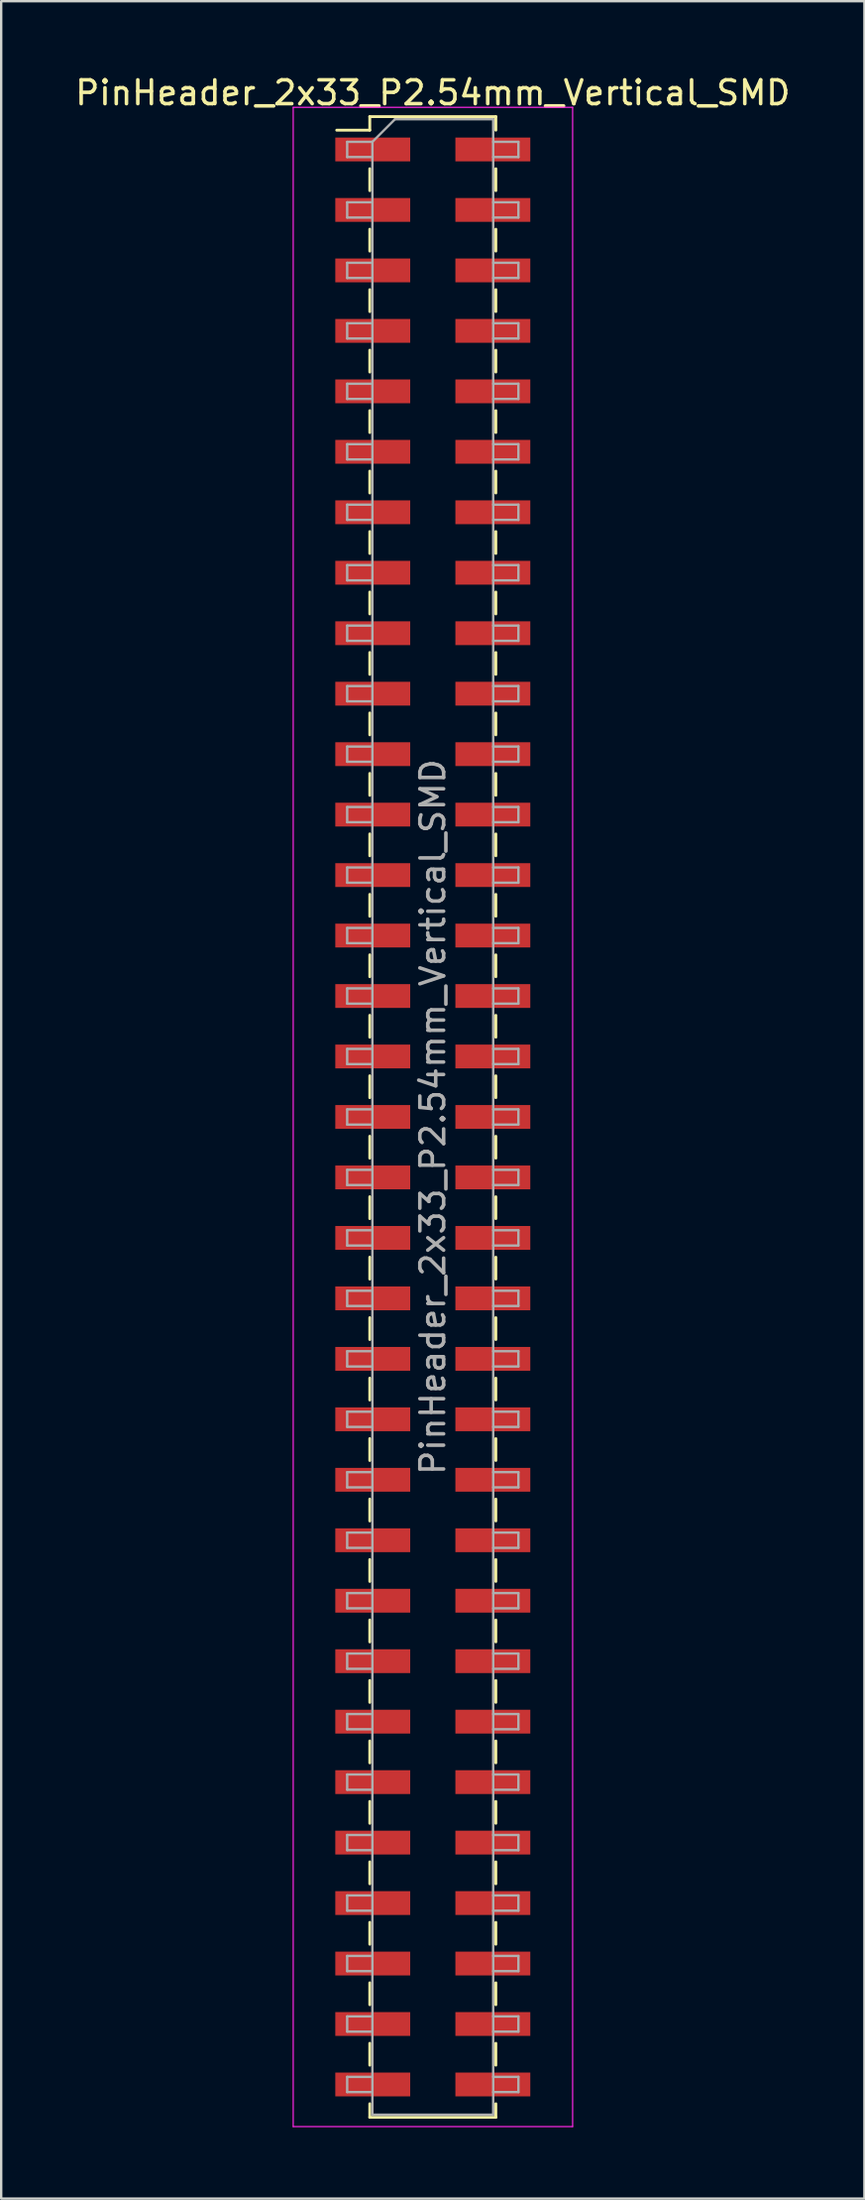
<source format=kicad_pcb>
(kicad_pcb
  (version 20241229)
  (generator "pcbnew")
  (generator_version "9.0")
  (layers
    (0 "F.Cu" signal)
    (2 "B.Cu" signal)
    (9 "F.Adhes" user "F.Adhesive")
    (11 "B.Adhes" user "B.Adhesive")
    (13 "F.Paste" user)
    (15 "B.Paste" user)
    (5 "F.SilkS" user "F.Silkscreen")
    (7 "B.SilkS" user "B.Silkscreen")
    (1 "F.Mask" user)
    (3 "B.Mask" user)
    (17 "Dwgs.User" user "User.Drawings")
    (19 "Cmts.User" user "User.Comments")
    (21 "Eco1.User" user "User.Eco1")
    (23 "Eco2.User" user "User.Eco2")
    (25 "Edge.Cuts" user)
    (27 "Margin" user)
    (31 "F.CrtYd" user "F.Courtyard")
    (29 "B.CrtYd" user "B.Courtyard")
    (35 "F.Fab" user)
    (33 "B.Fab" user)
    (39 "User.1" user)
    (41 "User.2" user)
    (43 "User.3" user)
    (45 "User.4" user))
  (footprint "PinHeader_2x33_P2.54mm_Vertical_SMD"
    (layer "F.Cu")
    (at 15.149 43.868)
    (property "Reference" "PinHeader_2x33_P2.54mm_Vertical_SMD" (at 0 -43.02 0) (layer "F.SilkS") (effects (font (size 1 1) (thickness 0.15))))
    (attr smd)
    (fp_line (start -4.04 -41.45) (end -2.65 -41.45) (stroke (width 0.12) (type solid)) (layer "F.SilkS"))
    (fp_line (start -2.65 -42.02) (end -2.65 -41.45) (stroke (width 0.12) (type solid)) (layer "F.SilkS"))
    (fp_line (start -2.65 -42.02) (end 2.65 -42.02) (stroke (width 0.12) (type solid)) (layer "F.SilkS"))
    (fp_line (start -2.65 -39.83) (end -2.65 -38.91) (stroke (width 0.12) (type solid)) (layer "F.SilkS"))
    (fp_line (start -2.65 -37.29) (end -2.65 -36.37) (stroke (width 0.12) (type solid)) (layer "F.SilkS"))
    (fp_line (start -2.65 -34.75) (end -2.65 -33.83) (stroke (width 0.12) (type solid)) (layer "F.SilkS"))
    (fp_line (start -2.65 -32.21) (end -2.65 -31.29) (stroke (width 0.12) (type solid)) (layer "F.SilkS"))
    (fp_line (start -2.65 -29.67) (end -2.65 -28.75) (stroke (width 0.12) (type solid)) (layer "F.SilkS"))
    (fp_line (start -2.65 -27.13) (end -2.65 -26.21) (stroke (width 0.12) (type solid)) (layer "F.SilkS"))
    (fp_line (start -2.65 -24.59) (end -2.65 -23.67) (stroke (width 0.12) (type solid)) (layer "F.SilkS"))
    (fp_line (start -2.65 -22.05) (end -2.65 -21.13) (stroke (width 0.12) (type solid)) (layer "F.SilkS"))
    (fp_line (start -2.65 -19.51) (end -2.65 -18.59) (stroke (width 0.12) (type solid)) (layer "F.SilkS"))
    (fp_line (start -2.65 -16.97) (end -2.65 -16.05) (stroke (width 0.12) (type solid)) (layer "F.SilkS"))
    (fp_line (start -2.65 -14.43) (end -2.65 -13.51) (stroke (width 0.12) (type solid)) (layer "F.SilkS"))
    (fp_line (start -2.65 -11.89) (end -2.65 -10.97) (stroke (width 0.12) (type solid)) (layer "F.SilkS"))
    (fp_line (start -2.65 -9.35) (end -2.65 -8.43) (stroke (width 0.12) (type solid)) (layer "F.SilkS"))
    (fp_line (start -2.65 -6.81) (end -2.65 -5.89) (stroke (width 0.12) (type solid)) (layer "F.SilkS"))
    (fp_line (start -2.65 -4.27) (end -2.65 -3.35) (stroke (width 0.12) (type solid)) (layer "F.SilkS"))
    (fp_line (start -2.65 -1.73) (end -2.65 -0.81) (stroke (width 0.12) (type solid)) (layer "F.SilkS"))
    (fp_line (start -2.65 0.81) (end -2.65 1.73) (stroke (width 0.12) (type solid)) (layer "F.SilkS"))
    (fp_line (start -2.65 3.35) (end -2.65 4.27) (stroke (width 0.12) (type solid)) (layer "F.SilkS"))
    (fp_line (start -2.65 5.89) (end -2.65 6.81) (stroke (width 0.12) (type solid)) (layer "F.SilkS"))
    (fp_line (start -2.65 8.43) (end -2.65 9.35) (stroke (width 0.12) (type solid)) (layer "F.SilkS"))
    (fp_line (start -2.65 10.97) (end -2.65 11.89) (stroke (width 0.12) (type solid)) (layer "F.SilkS"))
    (fp_line (start -2.65 13.51) (end -2.65 14.43) (stroke (width 0.12) (type solid)) (layer "F.SilkS"))
    (fp_line (start -2.65 16.05) (end -2.65 16.97) (stroke (width 0.12) (type solid)) (layer "F.SilkS"))
    (fp_line (start -2.65 18.59) (end -2.65 19.51) (stroke (width 0.12) (type solid)) (layer "F.SilkS"))
    (fp_line (start -2.65 21.13) (end -2.65 22.05) (stroke (width 0.12) (type solid)) (layer "F.SilkS"))
    (fp_line (start -2.65 23.67) (end -2.65 24.59) (stroke (width 0.12) (type solid)) (layer "F.SilkS"))
    (fp_line (start -2.65 26.21) (end -2.65 27.13) (stroke (width 0.12) (type solid)) (layer "F.SilkS"))
    (fp_line (start -2.65 28.75) (end -2.65 29.67) (stroke (width 0.12) (type solid)) (layer "F.SilkS"))
    (fp_line (start -2.65 31.29) (end -2.65 32.21) (stroke (width 0.12) (type solid)) (layer "F.SilkS"))
    (fp_line (start -2.65 33.83) (end -2.65 34.75) (stroke (width 0.12) (type solid)) (layer "F.SilkS"))
    (fp_line (start -2.65 36.37) (end -2.65 37.29) (stroke (width 0.12) (type solid)) (layer "F.SilkS"))
    (fp_line (start -2.65 38.91) (end -2.65 39.83) (stroke (width 0.12) (type solid)) (layer "F.SilkS"))
    (fp_line (start -2.65 41.45) (end -2.65 42.02) (stroke (width 0.12) (type solid)) (layer "F.SilkS"))
    (fp_line (start -2.65 42.02) (end 2.65 42.02) (stroke (width 0.12) (type solid)) (layer "F.SilkS"))
    (fp_line (start 2.65 -42.02) (end 2.65 -41.45) (stroke (width 0.12) (type solid)) (layer "F.SilkS"))
    (fp_line (start 2.65 -39.83) (end 2.65 -38.91) (stroke (width 0.12) (type solid)) (layer "F.SilkS"))
    (fp_line (start 2.65 -37.29) (end 2.65 -36.37) (stroke (width 0.12) (type solid)) (layer "F.SilkS"))
    (fp_line (start 2.65 -34.75) (end 2.65 -33.83) (stroke (width 0.12) (type solid)) (layer "F.SilkS"))
    (fp_line (start 2.65 -32.21) (end 2.65 -31.29) (stroke (width 0.12) (type solid)) (layer "F.SilkS"))
    (fp_line (start 2.65 -29.67) (end 2.65 -28.75) (stroke (width 0.12) (type solid)) (layer "F.SilkS"))
    (fp_line (start 2.65 -27.13) (end 2.65 -26.21) (stroke (width 0.12) (type solid)) (layer "F.SilkS"))
    (fp_line (start 2.65 -24.59) (end 2.65 -23.67) (stroke (width 0.12) (type solid)) (layer "F.SilkS"))
    (fp_line (start 2.65 -22.05) (end 2.65 -21.13) (stroke (width 0.12) (type solid)) (layer "F.SilkS"))
    (fp_line (start 2.65 -19.51) (end 2.65 -18.59) (stroke (width 0.12) (type solid)) (layer "F.SilkS"))
    (fp_line (start 2.65 -16.97) (end 2.65 -16.05) (stroke (width 0.12) (type solid)) (layer "F.SilkS"))
    (fp_line (start 2.65 -14.43) (end 2.65 -13.51) (stroke (width 0.12) (type solid)) (layer "F.SilkS"))
    (fp_line (start 2.65 -11.89) (end 2.65 -10.97) (stroke (width 0.12) (type solid)) (layer "F.SilkS"))
    (fp_line (start 2.65 -9.35) (end 2.65 -8.43) (stroke (width 0.12) (type solid)) (layer "F.SilkS"))
    (fp_line (start 2.65 -6.81) (end 2.65 -5.89) (stroke (width 0.12) (type solid)) (layer "F.SilkS"))
    (fp_line (start 2.65 -4.27) (end 2.65 -3.35) (stroke (width 0.12) (type solid)) (layer "F.SilkS"))
    (fp_line (start 2.65 -1.73) (end 2.65 -0.81) (stroke (width 0.12) (type solid)) (layer "F.SilkS"))
    (fp_line (start 2.65 0.81) (end 2.65 1.73) (stroke (width 0.12) (type solid)) (layer "F.SilkS"))
    (fp_line (start 2.65 3.35) (end 2.65 4.27) (stroke (width 0.12) (type solid)) (layer "F.SilkS"))
    (fp_line (start 2.65 5.89) (end 2.65 6.81) (stroke (width 0.12) (type solid)) (layer "F.SilkS"))
    (fp_line (start 2.65 8.43) (end 2.65 9.35) (stroke (width 0.12) (type solid)) (layer "F.SilkS"))
    (fp_line (start 2.65 10.97) (end 2.65 11.89) (stroke (width 0.12) (type solid)) (layer "F.SilkS"))
    (fp_line (start 2.65 13.51) (end 2.65 14.43) (stroke (width 0.12) (type solid)) (layer "F.SilkS"))
    (fp_line (start 2.65 16.05) (end 2.65 16.97) (stroke (width 0.12) (type solid)) (layer "F.SilkS"))
    (fp_line (start 2.65 18.59) (end 2.65 19.51) (stroke (width 0.12) (type solid)) (layer "F.SilkS"))
    (fp_line (start 2.65 21.13) (end 2.65 22.05) (stroke (width 0.12) (type solid)) (layer "F.SilkS"))
    (fp_line (start 2.65 23.67) (end 2.65 24.59) (stroke (width 0.12) (type solid)) (layer "F.SilkS"))
    (fp_line (start 2.65 26.21) (end 2.65 27.13) (stroke (width 0.12) (type solid)) (layer "F.SilkS"))
    (fp_line (start 2.65 28.75) (end 2.65 29.67) (stroke (width 0.12) (type solid)) (layer "F.SilkS"))
    (fp_line (start 2.65 31.29) (end 2.65 32.21) (stroke (width 0.12) (type solid)) (layer "F.SilkS"))
    (fp_line (start 2.65 33.83) (end 2.65 34.75) (stroke (width 0.12) (type solid)) (layer "F.SilkS"))
    (fp_line (start 2.65 36.37) (end 2.65 37.29) (stroke (width 0.12) (type solid)) (layer "F.SilkS"))
    (fp_line (start 2.65 38.91) (end 2.65 39.83) (stroke (width 0.12) (type solid)) (layer "F.SilkS"))
    (fp_line (start 2.65 41.45) (end 2.65 42.02) (stroke (width 0.12) (type solid)) (layer "F.SilkS"))
    (fp_line (start -5.87 -42.41) (end -5.87 42.41) (stroke (width 0.05) (type solid)) (layer "F.CrtYd"))
    (fp_line (start -5.87 42.41) (end 5.88 42.41) (stroke (width 0.05) (type solid)) (layer "F.CrtYd"))
    (fp_line (start 5.88 -42.41) (end -5.87 -42.41) (stroke (width 0.05) (type solid)) (layer "F.CrtYd"))
    (fp_line (start 5.88 42.41) (end 5.88 -42.41) (stroke (width 0.05) (type solid)) (layer "F.CrtYd"))
    (fp_line (start -3.6 -40.96) (end -3.6 -40.32) (stroke (width 0.1) (type solid)) (layer "F.Fab"))
    (fp_line (start -3.6 -40.32) (end -2.54 -40.32) (stroke (width 0.1) (type solid)) (layer "F.Fab"))
    (fp_line (start -3.6 -38.42) (end -3.6 -37.78) (stroke (width 0.1) (type solid)) (layer "F.Fab"))
    (fp_line (start -3.6 -37.78) (end -2.54 -37.78) (stroke (width 0.1) (type solid)) (layer "F.Fab"))
    (fp_line (start -3.6 -35.88) (end -3.6 -35.24) (stroke (width 0.1) (type solid)) (layer "F.Fab"))
    (fp_line (start -3.6 -35.24) (end -2.54 -35.24) (stroke (width 0.1) (type solid)) (layer "F.Fab"))
    (fp_line (start -3.6 -33.34) (end -3.6 -32.7) (stroke (width 0.1) (type solid)) (layer "F.Fab"))
    (fp_line (start -3.6 -32.7) (end -2.54 -32.7) (stroke (width 0.1) (type solid)) (layer "F.Fab"))
    (fp_line (start -3.6 -30.8) (end -3.6 -30.16) (stroke (width 0.1) (type solid)) (layer "F.Fab"))
    (fp_line (start -3.6 -30.16) (end -2.54 -30.16) (stroke (width 0.1) (type solid)) (layer "F.Fab"))
    (fp_line (start -3.6 -28.26) (end -3.6 -27.62) (stroke (width 0.1) (type solid)) (layer "F.Fab"))
    (fp_line (start -3.6 -27.62) (end -2.54 -27.62) (stroke (width 0.1) (type solid)) (layer "F.Fab"))
    (fp_line (start -3.6 -25.72) (end -3.6 -25.08) (stroke (width 0.1) (type solid)) (layer "F.Fab"))
    (fp_line (start -3.6 -25.08) (end -2.54 -25.08) (stroke (width 0.1) (type solid)) (layer "F.Fab"))
    (fp_line (start -3.6 -23.18) (end -3.6 -22.54) (stroke (width 0.1) (type solid)) (layer "F.Fab"))
    (fp_line (start -3.6 -22.54) (end -2.54 -22.54) (stroke (width 0.1) (type solid)) (layer "F.Fab"))
    (fp_line (start -3.6 -20.64) (end -3.6 -20) (stroke (width 0.1) (type solid)) (layer "F.Fab"))
    (fp_line (start -3.6 -20) (end -2.54 -20) (stroke (width 0.1) (type solid)) (layer "F.Fab"))
    (fp_line (start -3.6 -18.1) (end -3.6 -17.46) (stroke (width 0.1) (type solid)) (layer "F.Fab"))
    (fp_line (start -3.6 -17.46) (end -2.54 -17.46) (stroke (width 0.1) (type solid)) (layer "F.Fab"))
    (fp_line (start -3.6 -15.56) (end -3.6 -14.92) (stroke (width 0.1) (type solid)) (layer "F.Fab"))
    (fp_line (start -3.6 -14.92) (end -2.54 -14.92) (stroke (width 0.1) (type solid)) (layer "F.Fab"))
    (fp_line (start -3.6 -13.02) (end -3.6 -12.38) (stroke (width 0.1) (type solid)) (layer "F.Fab"))
    (fp_line (start -3.6 -12.38) (end -2.54 -12.38) (stroke (width 0.1) (type solid)) (layer "F.Fab"))
    (fp_line (start -3.6 -10.48) (end -3.6 -9.84) (stroke (width 0.1) (type solid)) (layer "F.Fab"))
    (fp_line (start -3.6 -9.84) (end -2.54 -9.84) (stroke (width 0.1) (type solid)) (layer "F.Fab"))
    (fp_line (start -3.6 -7.94) (end -3.6 -7.3) (stroke (width 0.1) (type solid)) (layer "F.Fab"))
    (fp_line (start -3.6 -7.3) (end -2.54 -7.3) (stroke (width 0.1) (type solid)) (layer "F.Fab"))
    (fp_line (start -3.6 -5.4) (end -3.6 -4.76) (stroke (width 0.1) (type solid)) (layer "F.Fab"))
    (fp_line (start -3.6 -4.76) (end -2.54 -4.76) (stroke (width 0.1) (type solid)) (layer "F.Fab"))
    (fp_line (start -3.6 -2.86) (end -3.6 -2.22) (stroke (width 0.1) (type solid)) (layer "F.Fab"))
    (fp_line (start -3.6 -2.22) (end -2.54 -2.22) (stroke (width 0.1) (type solid)) (layer "F.Fab"))
    (fp_line (start -3.6 -0.32) (end -3.6 0.32) (stroke (width 0.1) (type solid)) (layer "F.Fab"))
    (fp_line (start -3.6 0.32) (end -2.54 0.32) (stroke (width 0.1) (type solid)) (layer "F.Fab"))
    (fp_line (start -3.6 2.22) (end -3.6 2.86) (stroke (width 0.1) (type solid)) (layer "F.Fab"))
    (fp_line (start -3.6 2.86) (end -2.54 2.86) (stroke (width 0.1) (type solid)) (layer "F.Fab"))
    (fp_line (start -3.6 4.76) (end -3.6 5.4) (stroke (width 0.1) (type solid)) (layer "F.Fab"))
    (fp_line (start -3.6 5.4) (end -2.54 5.4) (stroke (width 0.1) (type solid)) (layer "F.Fab"))
    (fp_line (start -3.6 7.3) (end -3.6 7.94) (stroke (width 0.1) (type solid)) (layer "F.Fab"))
    (fp_line (start -3.6 7.94) (end -2.54 7.94) (stroke (width 0.1) (type solid)) (layer "F.Fab"))
    (fp_line (start -3.6 9.84) (end -3.6 10.48) (stroke (width 0.1) (type solid)) (layer "F.Fab"))
    (fp_line (start -3.6 10.48) (end -2.54 10.48) (stroke (width 0.1) (type solid)) (layer "F.Fab"))
    (fp_line (start -3.6 12.38) (end -3.6 13.02) (stroke (width 0.1) (type solid)) (layer "F.Fab"))
    (fp_line (start -3.6 13.02) (end -2.54 13.02) (stroke (width 0.1) (type solid)) (layer "F.Fab"))
    (fp_line (start -3.6 14.92) (end -3.6 15.56) (stroke (width 0.1) (type solid)) (layer "F.Fab"))
    (fp_line (start -3.6 15.56) (end -2.54 15.56) (stroke (width 0.1) (type solid)) (layer "F.Fab"))
    (fp_line (start -3.6 17.46) (end -3.6 18.1) (stroke (width 0.1) (type solid)) (layer "F.Fab"))
    (fp_line (start -3.6 18.1) (end -2.54 18.1) (stroke (width 0.1) (type solid)) (layer "F.Fab"))
    (fp_line (start -3.6 20) (end -3.6 20.64) (stroke (width 0.1) (type solid)) (layer "F.Fab"))
    (fp_line (start -3.6 20.64) (end -2.54 20.64) (stroke (width 0.1) (type solid)) (layer "F.Fab"))
    (fp_line (start -3.6 22.54) (end -3.6 23.18) (stroke (width 0.1) (type solid)) (layer "F.Fab"))
    (fp_line (start -3.6 23.18) (end -2.54 23.18) (stroke (width 0.1) (type solid)) (layer "F.Fab"))
    (fp_line (start -3.6 25.08) (end -3.6 25.72) (stroke (width 0.1) (type solid)) (layer "F.Fab"))
    (fp_line (start -3.6 25.72) (end -2.54 25.72) (stroke (width 0.1) (type solid)) (layer "F.Fab"))
    (fp_line (start -3.6 27.62) (end -3.6 28.26) (stroke (width 0.1) (type solid)) (layer "F.Fab"))
    (fp_line (start -3.6 28.26) (end -2.54 28.26) (stroke (width 0.1) (type solid)) (layer "F.Fab"))
    (fp_line (start -3.6 30.16) (end -3.6 30.8) (stroke (width 0.1) (type solid)) (layer "F.Fab"))
    (fp_line (start -3.6 30.8) (end -2.54 30.8) (stroke (width 0.1) (type solid)) (layer "F.Fab"))
    (fp_line (start -3.6 32.7) (end -3.6 33.34) (stroke (width 0.1) (type solid)) (layer "F.Fab"))
    (fp_line (start -3.6 33.34) (end -2.54 33.34) (stroke (width 0.1) (type solid)) (layer "F.Fab"))
    (fp_line (start -3.6 35.24) (end -3.6 35.88) (stroke (width 0.1) (type solid)) (layer "F.Fab"))
    (fp_line (start -3.6 35.88) (end -2.54 35.88) (stroke (width 0.1) (type solid)) (layer "F.Fab"))
    (fp_line (start -3.6 37.78) (end -3.6 38.42) (stroke (width 0.1) (type solid)) (layer "F.Fab"))
    (fp_line (start -3.6 38.42) (end -2.54 38.42) (stroke (width 0.1) (type solid)) (layer "F.Fab"))
    (fp_line (start -3.6 40.32) (end -3.6 40.96) (stroke (width 0.1) (type solid)) (layer "F.Fab"))
    (fp_line (start -3.6 40.96) (end -2.54 40.96) (stroke (width 0.1) (type solid)) (layer "F.Fab"))
    (fp_line (start -2.54 -40.96) (end -3.6 -40.96) (stroke (width 0.1) (type solid)) (layer "F.Fab"))
    (fp_line (start -2.54 -40.96) (end -1.59 -41.91) (stroke (width 0.1) (type solid)) (layer "F.Fab"))
    (fp_line (start -2.54 -38.42) (end -3.6 -38.42) (stroke (width 0.1) (type solid)) (layer "F.Fab"))
    (fp_line (start -2.54 -35.88) (end -3.6 -35.88) (stroke (width 0.1) (type solid)) (layer "F.Fab"))
    (fp_line (start -2.54 -33.34) (end -3.6 -33.34) (stroke (width 0.1) (type solid)) (layer "F.Fab"))
    (fp_line (start -2.54 -30.8) (end -3.6 -30.8) (stroke (width 0.1) (type solid)) (layer "F.Fab"))
    (fp_line (start -2.54 -28.26) (end -3.6 -28.26) (stroke (width 0.1) (type solid)) (layer "F.Fab"))
    (fp_line (start -2.54 -25.72) (end -3.6 -25.72) (stroke (width 0.1) (type solid)) (layer "F.Fab"))
    (fp_line (start -2.54 -23.18) (end -3.6 -23.18) (stroke (width 0.1) (type solid)) (layer "F.Fab"))
    (fp_line (start -2.54 -20.64) (end -3.6 -20.64) (stroke (width 0.1) (type solid)) (layer "F.Fab"))
    (fp_line (start -2.54 -18.1) (end -3.6 -18.1) (stroke (width 0.1) (type solid)) (layer "F.Fab"))
    (fp_line (start -2.54 -15.56) (end -3.6 -15.56) (stroke (width 0.1) (type solid)) (layer "F.Fab"))
    (fp_line (start -2.54 -13.02) (end -3.6 -13.02) (stroke (width 0.1) (type solid)) (layer "F.Fab"))
    (fp_line (start -2.54 -10.48) (end -3.6 -10.48) (stroke (width 0.1) (type solid)) (layer "F.Fab"))
    (fp_line (start -2.54 -7.94) (end -3.6 -7.94) (stroke (width 0.1) (type solid)) (layer "F.Fab"))
    (fp_line (start -2.54 -5.4) (end -3.6 -5.4) (stroke (width 0.1) (type solid)) (layer "F.Fab"))
    (fp_line (start -2.54 -2.86) (end -3.6 -2.86) (stroke (width 0.1) (type solid)) (layer "F.Fab"))
    (fp_line (start -2.54 -0.32) (end -3.6 -0.32) (stroke (width 0.1) (type solid)) (layer "F.Fab"))
    (fp_line (start -2.54 2.22) (end -3.6 2.22) (stroke (width 0.1) (type solid)) (layer "F.Fab"))
    (fp_line (start -2.54 4.76) (end -3.6 4.76) (stroke (width 0.1) (type solid)) (layer "F.Fab"))
    (fp_line (start -2.54 7.3) (end -3.6 7.3) (stroke (width 0.1) (type solid)) (layer "F.Fab"))
    (fp_line (start -2.54 9.84) (end -3.6 9.84) (stroke (width 0.1) (type solid)) (layer "F.Fab"))
    (fp_line (start -2.54 12.38) (end -3.6 12.38) (stroke (width 0.1) (type solid)) (layer "F.Fab"))
    (fp_line (start -2.54 14.92) (end -3.6 14.92) (stroke (width 0.1) (type solid)) (layer "F.Fab"))
    (fp_line (start -2.54 17.46) (end -3.6 17.46) (stroke (width 0.1) (type solid)) (layer "F.Fab"))
    (fp_line (start -2.54 20) (end -3.6 20) (stroke (width 0.1) (type solid)) (layer "F.Fab"))
    (fp_line (start -2.54 22.54) (end -3.6 22.54) (stroke (width 0.1) (type solid)) (layer "F.Fab"))
    (fp_line (start -2.54 25.08) (end -3.6 25.08) (stroke (width 0.1) (type solid)) (layer "F.Fab"))
    (fp_line (start -2.54 27.62) (end -3.6 27.62) (stroke (width 0.1) (type solid)) (layer "F.Fab"))
    (fp_line (start -2.54 30.16) (end -3.6 30.16) (stroke (width 0.1) (type solid)) (layer "F.Fab"))
    (fp_line (start -2.54 32.7) (end -3.6 32.7) (stroke (width 0.1) (type solid)) (layer "F.Fab"))
    (fp_line (start -2.54 35.24) (end -3.6 35.24) (stroke (width 0.1) (type solid)) (layer "F.Fab"))
    (fp_line (start -2.54 37.78) (end -3.6 37.78) (stroke (width 0.1) (type solid)) (layer "F.Fab"))
    (fp_line (start -2.54 40.32) (end -3.6 40.32) (stroke (width 0.1) (type solid)) (layer "F.Fab"))
    (fp_line (start -2.54 41.91) (end -2.54 -40.96) (stroke (width 0.1) (type solid)) (layer "F.Fab"))
    (fp_line (start -1.59 -41.91) (end 2.54 -41.91) (stroke (width 0.1) (type solid)) (layer "F.Fab"))
    (fp_line (start 2.54 -41.91) (end 2.54 41.91) (stroke (width 0.1) (type solid)) (layer "F.Fab"))
    (fp_line (start 2.54 -40.96) (end 3.6 -40.96) (stroke (width 0.1) (type solid)) (layer "F.Fab"))
    (fp_line (start 2.54 -38.42) (end 3.6 -38.42) (stroke (width 0.1) (type solid)) (layer "F.Fab"))
    (fp_line (start 2.54 -35.88) (end 3.6 -35.88) (stroke (width 0.1) (type solid)) (layer "F.Fab"))
    (fp_line (start 2.54 -33.34) (end 3.6 -33.34) (stroke (width 0.1) (type solid)) (layer "F.Fab"))
    (fp_line (start 2.54 -30.8) (end 3.6 -30.8) (stroke (width 0.1) (type solid)) (layer "F.Fab"))
    (fp_line (start 2.54 -28.26) (end 3.6 -28.26) (stroke (width 0.1) (type solid)) (layer "F.Fab"))
    (fp_line (start 2.54 -25.72) (end 3.6 -25.72) (stroke (width 0.1) (type solid)) (layer "F.Fab"))
    (fp_line (start 2.54 -23.18) (end 3.6 -23.18) (stroke (width 0.1) (type solid)) (layer "F.Fab"))
    (fp_line (start 2.54 -20.64) (end 3.6 -20.64) (stroke (width 0.1) (type solid)) (layer "F.Fab"))
    (fp_line (start 2.54 -18.1) (end 3.6 -18.1) (stroke (width 0.1) (type solid)) (layer "F.Fab"))
    (fp_line (start 2.54 -15.56) (end 3.6 -15.56) (stroke (width 0.1) (type solid)) (layer "F.Fab"))
    (fp_line (start 2.54 -13.02) (end 3.6 -13.02) (stroke (width 0.1) (type solid)) (layer "F.Fab"))
    (fp_line (start 2.54 -10.48) (end 3.6 -10.48) (stroke (width 0.1) (type solid)) (layer "F.Fab"))
    (fp_line (start 2.54 -7.94) (end 3.6 -7.94) (stroke (width 0.1) (type solid)) (layer "F.Fab"))
    (fp_line (start 2.54 -5.4) (end 3.6 -5.4) (stroke (width 0.1) (type solid)) (layer "F.Fab"))
    (fp_line (start 2.54 -2.86) (end 3.6 -2.86) (stroke (width 0.1) (type solid)) (layer "F.Fab"))
    (fp_line (start 2.54 -0.32) (end 3.6 -0.32) (stroke (width 0.1) (type solid)) (layer "F.Fab"))
    (fp_line (start 2.54 2.22) (end 3.6 2.22) (stroke (width 0.1) (type solid)) (layer "F.Fab"))
    (fp_line (start 2.54 4.76) (end 3.6 4.76) (stroke (width 0.1) (type solid)) (layer "F.Fab"))
    (fp_line (start 2.54 7.3) (end 3.6 7.3) (stroke (width 0.1) (type solid)) (layer "F.Fab"))
    (fp_line (start 2.54 9.84) (end 3.6 9.84) (stroke (width 0.1) (type solid)) (layer "F.Fab"))
    (fp_line (start 2.54 12.38) (end 3.6 12.38) (stroke (width 0.1) (type solid)) (layer "F.Fab"))
    (fp_line (start 2.54 14.92) (end 3.6 14.92) (stroke (width 0.1) (type solid)) (layer "F.Fab"))
    (fp_line (start 2.54 17.46) (end 3.6 17.46) (stroke (width 0.1) (type solid)) (layer "F.Fab"))
    (fp_line (start 2.54 20) (end 3.6 20) (stroke (width 0.1) (type solid)) (layer "F.Fab"))
    (fp_line (start 2.54 22.54) (end 3.6 22.54) (stroke (width 0.1) (type solid)) (layer "F.Fab"))
    (fp_line (start 2.54 25.08) (end 3.6 25.08) (stroke (width 0.1) (type solid)) (layer "F.Fab"))
    (fp_line (start 2.54 27.62) (end 3.6 27.62) (stroke (width 0.1) (type solid)) (layer "F.Fab"))
    (fp_line (start 2.54 30.16) (end 3.6 30.16) (stroke (width 0.1) (type solid)) (layer "F.Fab"))
    (fp_line (start 2.54 32.7) (end 3.6 32.7) (stroke (width 0.1) (type solid)) (layer "F.Fab"))
    (fp_line (start 2.54 35.24) (end 3.6 35.24) (stroke (width 0.1) (type solid)) (layer "F.Fab"))
    (fp_line (start 2.54 37.78) (end 3.6 37.78) (stroke (width 0.1) (type solid)) (layer "F.Fab"))
    (fp_line (start 2.54 40.32) (end 3.6 40.32) (stroke (width 0.1) (type solid)) (layer "F.Fab"))
    (fp_line (start 2.54 41.91) (end -2.54 41.91) (stroke (width 0.1) (type solid)) (layer "F.Fab"))
    (fp_line (start 3.6 -40.96) (end 3.6 -40.32) (stroke (width 0.1) (type solid)) (layer "F.Fab"))
    (fp_line (start 3.6 -40.32) (end 2.54 -40.32) (stroke (width 0.1) (type solid)) (layer "F.Fab"))
    (fp_line (start 3.6 -38.42) (end 3.6 -37.78) (stroke (width 0.1) (type solid)) (layer "F.Fab"))
    (fp_line (start 3.6 -37.78) (end 2.54 -37.78) (stroke (width 0.1) (type solid)) (layer "F.Fab"))
    (fp_line (start 3.6 -35.88) (end 3.6 -35.24) (stroke (width 0.1) (type solid)) (layer "F.Fab"))
    (fp_line (start 3.6 -35.24) (end 2.54 -35.24) (stroke (width 0.1) (type solid)) (layer "F.Fab"))
    (fp_line (start 3.6 -33.34) (end 3.6 -32.7) (stroke (width 0.1) (type solid)) (layer "F.Fab"))
    (fp_line (start 3.6 -32.7) (end 2.54 -32.7) (stroke (width 0.1) (type solid)) (layer "F.Fab"))
    (fp_line (start 3.6 -30.8) (end 3.6 -30.16) (stroke (width 0.1) (type solid)) (layer "F.Fab"))
    (fp_line (start 3.6 -30.16) (end 2.54 -30.16) (stroke (width 0.1) (type solid)) (layer "F.Fab"))
    (fp_line (start 3.6 -28.26) (end 3.6 -27.62) (stroke (width 0.1) (type solid)) (layer "F.Fab"))
    (fp_line (start 3.6 -27.62) (end 2.54 -27.62) (stroke (width 0.1) (type solid)) (layer "F.Fab"))
    (fp_line (start 3.6 -25.72) (end 3.6 -25.08) (stroke (width 0.1) (type solid)) (layer "F.Fab"))
    (fp_line (start 3.6 -25.08) (end 2.54 -25.08) (stroke (width 0.1) (type solid)) (layer "F.Fab"))
    (fp_line (start 3.6 -23.18) (end 3.6 -22.54) (stroke (width 0.1) (type solid)) (layer "F.Fab"))
    (fp_line (start 3.6 -22.54) (end 2.54 -22.54) (stroke (width 0.1) (type solid)) (layer "F.Fab"))
    (fp_line (start 3.6 -20.64) (end 3.6 -20) (stroke (width 0.1) (type solid)) (layer "F.Fab"))
    (fp_line (start 3.6 -20) (end 2.54 -20) (stroke (width 0.1) (type solid)) (layer "F.Fab"))
    (fp_line (start 3.6 -18.1) (end 3.6 -17.46) (stroke (width 0.1) (type solid)) (layer "F.Fab"))
    (fp_line (start 3.6 -17.46) (end 2.54 -17.46) (stroke (width 0.1) (type solid)) (layer "F.Fab"))
    (fp_line (start 3.6 -15.56) (end 3.6 -14.92) (stroke (width 0.1) (type solid)) (layer "F.Fab"))
    (fp_line (start 3.6 -14.92) (end 2.54 -14.92) (stroke (width 0.1) (type solid)) (layer "F.Fab"))
    (fp_line (start 3.6 -13.02) (end 3.6 -12.38) (stroke (width 0.1) (type solid)) (layer "F.Fab"))
    (fp_line (start 3.6 -12.38) (end 2.54 -12.38) (stroke (width 0.1) (type solid)) (layer "F.Fab"))
    (fp_line (start 3.6 -10.48) (end 3.6 -9.84) (stroke (width 0.1) (type solid)) (layer "F.Fab"))
    (fp_line (start 3.6 -9.84) (end 2.54 -9.84) (stroke (width 0.1) (type solid)) (layer "F.Fab"))
    (fp_line (start 3.6 -7.94) (end 3.6 -7.3) (stroke (width 0.1) (type solid)) (layer "F.Fab"))
    (fp_line (start 3.6 -7.3) (end 2.54 -7.3) (stroke (width 0.1) (type solid)) (layer "F.Fab"))
    (fp_line (start 3.6 -5.4) (end 3.6 -4.76) (stroke (width 0.1) (type solid)) (layer "F.Fab"))
    (fp_line (start 3.6 -4.76) (end 2.54 -4.76) (stroke (width 0.1) (type solid)) (layer "F.Fab"))
    (fp_line (start 3.6 -2.86) (end 3.6 -2.22) (stroke (width 0.1) (type solid)) (layer "F.Fab"))
    (fp_line (start 3.6 -2.22) (end 2.54 -2.22) (stroke (width 0.1) (type solid)) (layer "F.Fab"))
    (fp_line (start 3.6 -0.32) (end 3.6 0.32) (stroke (width 0.1) (type solid)) (layer "F.Fab"))
    (fp_line (start 3.6 0.32) (end 2.54 0.32) (stroke (width 0.1) (type solid)) (layer "F.Fab"))
    (fp_line (start 3.6 2.22) (end 3.6 2.86) (stroke (width 0.1) (type solid)) (layer "F.Fab"))
    (fp_line (start 3.6 2.86) (end 2.54 2.86) (stroke (width 0.1) (type solid)) (layer "F.Fab"))
    (fp_line (start 3.6 4.76) (end 3.6 5.4) (stroke (width 0.1) (type solid)) (layer "F.Fab"))
    (fp_line (start 3.6 5.4) (end 2.54 5.4) (stroke (width 0.1) (type solid)) (layer "F.Fab"))
    (fp_line (start 3.6 7.3) (end 3.6 7.94) (stroke (width 0.1) (type solid)) (layer "F.Fab"))
    (fp_line (start 3.6 7.94) (end 2.54 7.94) (stroke (width 0.1) (type solid)) (layer "F.Fab"))
    (fp_line (start 3.6 9.84) (end 3.6 10.48) (stroke (width 0.1) (type solid)) (layer "F.Fab"))
    (fp_line (start 3.6 10.48) (end 2.54 10.48) (stroke (width 0.1) (type solid)) (layer "F.Fab"))
    (fp_line (start 3.6 12.38) (end 3.6 13.02) (stroke (width 0.1) (type solid)) (layer "F.Fab"))
    (fp_line (start 3.6 13.02) (end 2.54 13.02) (stroke (width 0.1) (type solid)) (layer "F.Fab"))
    (fp_line (start 3.6 14.92) (end 3.6 15.56) (stroke (width 0.1) (type solid)) (layer "F.Fab"))
    (fp_line (start 3.6 15.56) (end 2.54 15.56) (stroke (width 0.1) (type solid)) (layer "F.Fab"))
    (fp_line (start 3.6 17.46) (end 3.6 18.1) (stroke (width 0.1) (type solid)) (layer "F.Fab"))
    (fp_line (start 3.6 18.1) (end 2.54 18.1) (stroke (width 0.1) (type solid)) (layer "F.Fab"))
    (fp_line (start 3.6 20) (end 3.6 20.64) (stroke (width 0.1) (type solid)) (layer "F.Fab"))
    (fp_line (start 3.6 20.64) (end 2.54 20.64) (stroke (width 0.1) (type solid)) (layer "F.Fab"))
    (fp_line (start 3.6 22.54) (end 3.6 23.18) (stroke (width 0.1) (type solid)) (layer "F.Fab"))
    (fp_line (start 3.6 23.18) (end 2.54 23.18) (stroke (width 0.1) (type solid)) (layer "F.Fab"))
    (fp_line (start 3.6 25.08) (end 3.6 25.72) (stroke (width 0.1) (type solid)) (layer "F.Fab"))
    (fp_line (start 3.6 25.72) (end 2.54 25.72) (stroke (width 0.1) (type solid)) (layer "F.Fab"))
    (fp_line (start 3.6 27.62) (end 3.6 28.26) (stroke (width 0.1) (type solid)) (layer "F.Fab"))
    (fp_line (start 3.6 28.26) (end 2.54 28.26) (stroke (width 0.1) (type solid)) (layer "F.Fab"))
    (fp_line (start 3.6 30.16) (end 3.6 30.8) (stroke (width 0.1) (type solid)) (layer "F.Fab"))
    (fp_line (start 3.6 30.8) (end 2.54 30.8) (stroke (width 0.1) (type solid)) (layer "F.Fab"))
    (fp_line (start 3.6 32.7) (end 3.6 33.34) (stroke (width 0.1) (type solid)) (layer "F.Fab"))
    (fp_line (start 3.6 33.34) (end 2.54 33.34) (stroke (width 0.1) (type solid)) (layer "F.Fab"))
    (fp_line (start 3.6 35.24) (end 3.6 35.88) (stroke (width 0.1) (type solid)) (layer "F.Fab"))
    (fp_line (start 3.6 35.88) (end 2.54 35.88) (stroke (width 0.1) (type solid)) (layer "F.Fab"))
    (fp_line (start 3.6 37.78) (end 3.6 38.42) (stroke (width 0.1) (type solid)) (layer "F.Fab"))
    (fp_line (start 3.6 38.42) (end 2.54 38.42) (stroke (width 0.1) (type solid)) (layer "F.Fab"))
    (fp_line (start 3.6 40.32) (end 3.6 40.96) (stroke (width 0.1) (type solid)) (layer "F.Fab"))
    (fp_line (start 3.6 40.96) (end 2.54 40.96) (stroke (width 0.1) (type solid)) (layer "F.Fab"))
    (fp_text user "${REFERENCE}" (at 0 0 90) (layer "F.Fab") (effects (font (size 1 1) (thickness 0.15))))
    (pad "1" smd rect (at -2.525 -40.64) (size 3.15 1) (layers "F.Cu" "F.Mask" "F.Paste"))
    (pad "2" smd rect (at 2.525 -40.64) (size 3.15 1) (layers "F.Cu" "F.Mask" "F.Paste"))
    (pad "3" smd rect (at -2.525 -38.1) (size 3.15 1) (layers "F.Cu" "F.Mask" "F.Paste"))
    (pad "4" smd rect (at 2.525 -38.1) (size 3.15 1) (layers "F.Cu" "F.Mask" "F.Paste"))
    (pad "5" smd rect (at -2.525 -35.56) (size 3.15 1) (layers "F.Cu" "F.Mask" "F.Paste"))
    (pad "6" smd rect (at 2.525 -35.56) (size 3.15 1) (layers "F.Cu" "F.Mask" "F.Paste"))
    (pad "7" smd rect (at -2.525 -33.02) (size 3.15 1) (layers "F.Cu" "F.Mask" "F.Paste"))
    (pad "8" smd rect (at 2.525 -33.02) (size 3.15 1) (layers "F.Cu" "F.Mask" "F.Paste"))
    (pad "9" smd rect (at -2.525 -30.48) (size 3.15 1) (layers "F.Cu" "F.Mask" "F.Paste"))
    (pad "10" smd rect (at 2.525 -30.48) (size 3.15 1) (layers "F.Cu" "F.Mask" "F.Paste"))
    (pad "11" smd rect (at -2.525 -27.94) (size 3.15 1) (layers "F.Cu" "F.Mask" "F.Paste"))
    (pad "12" smd rect (at 2.525 -27.94) (size 3.15 1) (layers "F.Cu" "F.Mask" "F.Paste"))
    (pad "13" smd rect (at -2.525 -25.4) (size 3.15 1) (layers "F.Cu" "F.Mask" "F.Paste"))
    (pad "14" smd rect (at 2.525 -25.4) (size 3.15 1) (layers "F.Cu" "F.Mask" "F.Paste"))
    (pad "15" smd rect (at -2.525 -22.86) (size 3.15 1) (layers "F.Cu" "F.Mask" "F.Paste"))
    (pad "16" smd rect (at 2.525 -22.86) (size 3.15 1) (layers "F.Cu" "F.Mask" "F.Paste"))
    (pad "17" smd rect (at -2.525 -20.32) (size 3.15 1) (layers "F.Cu" "F.Mask" "F.Paste"))
    (pad "18" smd rect (at 2.525 -20.32) (size 3.15 1) (layers "F.Cu" "F.Mask" "F.Paste"))
    (pad "19" smd rect (at -2.525 -17.78) (size 3.15 1) (layers "F.Cu" "F.Mask" "F.Paste"))
    (pad "20" smd rect (at 2.525 -17.78) (size 3.15 1) (layers "F.Cu" "F.Mask" "F.Paste"))
    (pad "21" smd rect (at -2.525 -15.24) (size 3.15 1) (layers "F.Cu" "F.Mask" "F.Paste"))
    (pad "22" smd rect (at 2.525 -15.24) (size 3.15 1) (layers "F.Cu" "F.Mask" "F.Paste"))
    (pad "23" smd rect (at -2.525 -12.7) (size 3.15 1) (layers "F.Cu" "F.Mask" "F.Paste"))
    (pad "24" smd rect (at 2.525 -12.7) (size 3.15 1) (layers "F.Cu" "F.Mask" "F.Paste"))
    (pad "25" smd rect (at -2.525 -10.16) (size 3.15 1) (layers "F.Cu" "F.Mask" "F.Paste"))
    (pad "26" smd rect (at 2.525 -10.16) (size 3.15 1) (layers "F.Cu" "F.Mask" "F.Paste"))
    (pad "27" smd rect (at -2.525 -7.62) (size 3.15 1) (layers "F.Cu" "F.Mask" "F.Paste"))
    (pad "28" smd rect (at 2.525 -7.62) (size 3.15 1) (layers "F.Cu" "F.Mask" "F.Paste"))
    (pad "29" smd rect (at -2.525 -5.08) (size 3.15 1) (layers "F.Cu" "F.Mask" "F.Paste"))
    (pad "30" smd rect (at 2.525 -5.08) (size 3.15 1) (layers "F.Cu" "F.Mask" "F.Paste"))
    (pad "31" smd rect (at -2.525 -2.54) (size 3.15 1) (layers "F.Cu" "F.Mask" "F.Paste"))
    (pad "32" smd rect (at 2.525 -2.54) (size 3.15 1) (layers "F.Cu" "F.Mask" "F.Paste"))
    (pad "33" smd rect (at -2.525 0) (size 3.15 1) (layers "F.Cu" "F.Mask" "F.Paste"))
    (pad "34" smd rect (at 2.525 0) (size 3.15 1) (layers "F.Cu" "F.Mask" "F.Paste"))
    (pad "35" smd rect (at -2.525 2.54) (size 3.15 1) (layers "F.Cu" "F.Mask" "F.Paste"))
    (pad "36" smd rect (at 2.525 2.54) (size 3.15 1) (layers "F.Cu" "F.Mask" "F.Paste"))
    (pad "37" smd rect (at -2.525 5.08) (size 3.15 1) (layers "F.Cu" "F.Mask" "F.Paste"))
    (pad "38" smd rect (at 2.525 5.08) (size 3.15 1) (layers "F.Cu" "F.Mask" "F.Paste"))
    (pad "39" smd rect (at -2.525 7.62) (size 3.15 1) (layers "F.Cu" "F.Mask" "F.Paste"))
    (pad "40" smd rect (at 2.525 7.62) (size 3.15 1) (layers "F.Cu" "F.Mask" "F.Paste"))
    (pad "41" smd rect (at -2.525 10.16) (size 3.15 1) (layers "F.Cu" "F.Mask" "F.Paste"))
    (pad "42" smd rect (at 2.525 10.16) (size 3.15 1) (layers "F.Cu" "F.Mask" "F.Paste"))
    (pad "43" smd rect (at -2.525 12.7) (size 3.15 1) (layers "F.Cu" "F.Mask" "F.Paste"))
    (pad "44" smd rect (at 2.525 12.7) (size 3.15 1) (layers "F.Cu" "F.Mask" "F.Paste"))
    (pad "45" smd rect (at -2.525 15.24) (size 3.15 1) (layers "F.Cu" "F.Mask" "F.Paste"))
    (pad "46" smd rect (at 2.525 15.24) (size 3.15 1) (layers "F.Cu" "F.Mask" "F.Paste"))
    (pad "47" smd rect (at -2.525 17.78) (size 3.15 1) (layers "F.Cu" "F.Mask" "F.Paste"))
    (pad "48" smd rect (at 2.525 17.78) (size 3.15 1) (layers "F.Cu" "F.Mask" "F.Paste"))
    (pad "49" smd rect (at -2.525 20.32) (size 3.15 1) (layers "F.Cu" "F.Mask" "F.Paste"))
    (pad "50" smd rect (at 2.525 20.32) (size 3.15 1) (layers "F.Cu" "F.Mask" "F.Paste"))
    (pad "51" smd rect (at -2.525 22.86) (size 3.15 1) (layers "F.Cu" "F.Mask" "F.Paste"))
    (pad "52" smd rect (at 2.525 22.86) (size 3.15 1) (layers "F.Cu" "F.Mask" "F.Paste"))
    (pad "53" smd rect (at -2.525 25.4) (size 3.15 1) (layers "F.Cu" "F.Mask" "F.Paste"))
    (pad "54" smd rect (at 2.525 25.4) (size 3.15 1) (layers "F.Cu" "F.Mask" "F.Paste"))
    (pad "55" smd rect (at -2.525 27.94) (size 3.15 1) (layers "F.Cu" "F.Mask" "F.Paste"))
    (pad "56" smd rect (at 2.525 27.94) (size 3.15 1) (layers "F.Cu" "F.Mask" "F.Paste"))
    (pad "57" smd rect (at -2.525 30.48) (size 3.15 1) (layers "F.Cu" "F.Mask" "F.Paste"))
    (pad "58" smd rect (at 2.525 30.48) (size 3.15 1) (layers "F.Cu" "F.Mask" "F.Paste"))
    (pad "59" smd rect (at -2.525 33.02) (size 3.15 1) (layers "F.Cu" "F.Mask" "F.Paste"))
    (pad "60" smd rect (at 2.525 33.02) (size 3.15 1) (layers "F.Cu" "F.Mask" "F.Paste"))
    (pad "61" smd rect (at -2.525 35.56) (size 3.15 1) (layers "F.Cu" "F.Mask" "F.Paste"))
    (pad "62" smd rect (at 2.525 35.56) (size 3.15 1) (layers "F.Cu" "F.Mask" "F.Paste"))
    (pad "63" smd rect (at -2.525 38.1) (size 3.15 1) (layers "F.Cu" "F.Mask" "F.Paste"))
    (pad "64" smd rect (at 2.525 38.1) (size 3.15 1) (layers "F.Cu" "F.Mask" "F.Paste"))
    (pad "65" smd rect (at -2.525 40.64) (size 3.15 1) (layers "F.Cu" "F.Mask" "F.Paste"))
    (pad "66" smd rect (at 2.525 40.64) (size 3.15 1) (layers "F.Cu" "F.Mask" "F.Paste")))
  (gr_rect
    (start -3 -3)
    (end 33.298 89.303)
    (stroke (width 0.1) (type default))
    (fill no)
    (layer "Edge.Cuts")))
</source>
